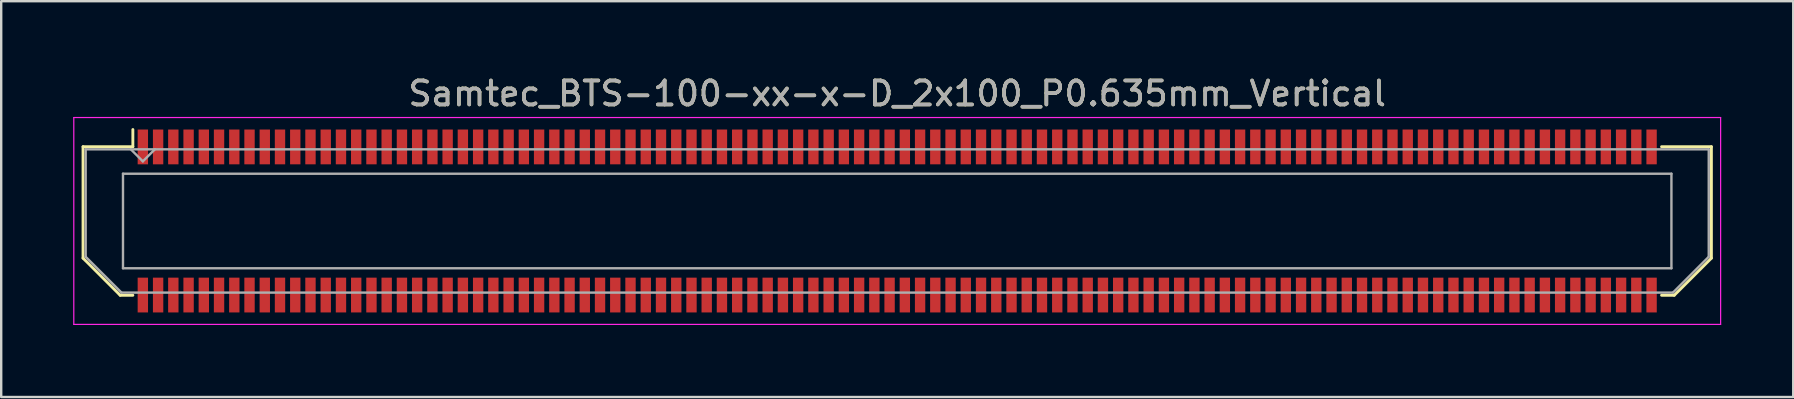
<source format=kicad_pcb>
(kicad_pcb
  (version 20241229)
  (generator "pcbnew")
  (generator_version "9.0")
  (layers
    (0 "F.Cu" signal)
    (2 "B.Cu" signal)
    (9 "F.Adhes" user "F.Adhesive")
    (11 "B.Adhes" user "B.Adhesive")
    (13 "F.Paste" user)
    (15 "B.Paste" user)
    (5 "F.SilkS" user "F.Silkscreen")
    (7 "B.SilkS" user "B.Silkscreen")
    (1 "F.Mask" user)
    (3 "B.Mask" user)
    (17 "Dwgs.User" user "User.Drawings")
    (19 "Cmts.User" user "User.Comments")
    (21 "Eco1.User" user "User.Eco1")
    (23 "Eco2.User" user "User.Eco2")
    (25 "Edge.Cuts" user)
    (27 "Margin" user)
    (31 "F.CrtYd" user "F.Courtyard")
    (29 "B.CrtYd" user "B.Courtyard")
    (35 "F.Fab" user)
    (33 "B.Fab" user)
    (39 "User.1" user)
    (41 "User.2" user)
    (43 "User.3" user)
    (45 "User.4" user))
  (footprint "Samtec_BTS-100-xx-x-D_2x100_P0.635mm_Vertical"
    (layer "F.Cu")
    (at 34.335 6.158)
    (property "Reference" "Samtec_BTS-100-xx-x-D_2x100_P0.635mm_Vertical" (at 0 -5.31 0) (layer "F.SilkS") (effects (font (size 1 1) (thickness 0.15))))
    (attr smd)
    (fp_line (start -33.925 -3.095) (end -33.925 1.548) (stroke (width 0.12) (type solid)) (layer "F.SilkS"))
    (fp_line (start -33.925 1.548) (end -32.377 3.095) (stroke (width 0.12) (type solid)) (layer "F.SilkS"))
    (fp_line (start -32.377 3.095) (end -31.849 3.095) (stroke (width 0.12) (type solid)) (layer "F.SilkS"))
    (fp_line (start -31.849 -3.811) (end -31.849 -3.095) (stroke (width 0.12) (type solid)) (layer "F.SilkS"))
    (fp_line (start -31.849 -3.095) (end -33.925 -3.095) (stroke (width 0.12) (type solid)) (layer "F.SilkS"))
    (fp_line (start 31.849 -3.095) (end 33.925 -3.095) (stroke (width 0.12) (type solid)) (layer "F.SilkS"))
    (fp_line (start 32.377 3.095) (end 31.849 3.095) (stroke (width 0.12) (type solid)) (layer "F.SilkS"))
    (fp_line (start 33.925 -3.095) (end 33.925 1.548) (stroke (width 0.12) (type solid)) (layer "F.SilkS"))
    (fp_line (start 33.925 1.548) (end 32.377 3.095) (stroke (width 0.12) (type solid)) (layer "F.SilkS"))
    (fp_line (start -34.31 -4.31) (end -34.31 4.31) (stroke (width 0.05) (type solid)) (layer "F.CrtYd"))
    (fp_line (start -34.31 4.31) (end 34.31 4.31) (stroke (width 0.05) (type solid)) (layer "F.CrtYd"))
    (fp_line (start 34.31 -4.31) (end -34.31 -4.31) (stroke (width 0.05) (type solid)) (layer "F.CrtYd"))
    (fp_line (start 34.31 4.31) (end 34.31 -4.31) (stroke (width 0.05) (type solid)) (layer "F.CrtYd"))
    (fp_line (start -33.815 -2.985) (end -33.815 1.492) (stroke (width 0.1) (type solid)) (layer "F.Fab"))
    (fp_line (start -33.815 -2.985) (end 33.815 -2.985) (stroke (width 0.1) (type solid)) (layer "F.Fab"))
    (fp_line (start -33.815 1.492) (end -32.322 2.985) (stroke (width 0.1) (type solid)) (layer "F.Fab"))
    (fp_line (start -32.322 2.985) (end 32.322 2.985) (stroke (width 0.1) (type solid)) (layer "F.Fab"))
    (fp_line (start -32.26 -1.97) (end -32.26 1.97) (stroke (width 0.1) (type solid)) (layer "F.Fab"))
    (fp_line (start -32.26 1.97) (end 32.26 1.97) (stroke (width 0.1) (type solid)) (layer "F.Fab"))
    (fp_line (start -31.433 -2.485) (end -31.933 -2.985) (stroke (width 0.1) (type solid)) (layer "F.Fab"))
    (fp_line (start -30.933 -2.985) (end -31.433 -2.485) (stroke (width 0.1) (type solid)) (layer "F.Fab"))
    (fp_line (start 32.26 -1.97) (end -32.26 -1.97) (stroke (width 0.1) (type solid)) (layer "F.Fab"))
    (fp_line (start 32.26 1.97) (end 32.26 -1.97) (stroke (width 0.1) (type solid)) (layer "F.Fab"))
    (fp_line (start 33.815 -2.985) (end 33.815 1.492) (stroke (width 0.1) (type solid)) (layer "F.Fab"))
    (fp_line (start 33.815 1.492) (end 32.322 2.985) (stroke (width 0.1) (type solid)) (layer "F.Fab"))
    (fp_text user "${REFERENCE}" (at 0 -5.31 0) (layer "F.Fab") (effects (font (size 1 1) (thickness 0.15))))
    (pad "1" smd rect (at -31.433 -3.086) (size 0.432 1.45) (layers "F.Cu" "F.Mask" "F.Paste"))
    (pad "2" smd rect (at -31.433 3.086) (size 0.432 1.45) (layers "F.Cu" "F.Mask" "F.Paste"))
    (pad "3" smd rect (at -30.797 -3.086) (size 0.432 1.45) (layers "F.Cu" "F.Mask" "F.Paste"))
    (pad "4" smd rect (at -30.797 3.086) (size 0.432 1.45) (layers "F.Cu" "F.Mask" "F.Paste"))
    (pad "5" smd rect (at -30.163 -3.086) (size 0.432 1.45) (layers "F.Cu" "F.Mask" "F.Paste"))
    (pad "6" smd rect (at -30.163 3.086) (size 0.432 1.45) (layers "F.Cu" "F.Mask" "F.Paste"))
    (pad "7" smd rect (at -29.527 -3.086) (size 0.432 1.45) (layers "F.Cu" "F.Mask" "F.Paste"))
    (pad "8" smd rect (at -29.527 3.086) (size 0.432 1.45) (layers "F.Cu" "F.Mask" "F.Paste"))
    (pad "9" smd rect (at -28.892 -3.086) (size 0.432 1.45) (layers "F.Cu" "F.Mask" "F.Paste"))
    (pad "10" smd rect (at -28.892 3.086) (size 0.432 1.45) (layers "F.Cu" "F.Mask" "F.Paste"))
    (pad "11" smd rect (at -28.258 -3.086) (size 0.432 1.45) (layers "F.Cu" "F.Mask" "F.Paste"))
    (pad "12" smd rect (at -28.258 3.086) (size 0.432 1.45) (layers "F.Cu" "F.Mask" "F.Paste"))
    (pad "13" smd rect (at -27.622 -3.086) (size 0.432 1.45) (layers "F.Cu" "F.Mask" "F.Paste"))
    (pad "14" smd rect (at -27.622 3.086) (size 0.432 1.45) (layers "F.Cu" "F.Mask" "F.Paste"))
    (pad "15" smd rect (at -26.988 -3.086) (size 0.432 1.45) (layers "F.Cu" "F.Mask" "F.Paste"))
    (pad "16" smd rect (at -26.988 3.086) (size 0.432 1.45) (layers "F.Cu" "F.Mask" "F.Paste"))
    (pad "17" smd rect (at -26.352 -3.086) (size 0.432 1.45) (layers "F.Cu" "F.Mask" "F.Paste"))
    (pad "18" smd rect (at -26.352 3.086) (size 0.432 1.45) (layers "F.Cu" "F.Mask" "F.Paste"))
    (pad "19" smd rect (at -25.718 -3.086) (size 0.432 1.45) (layers "F.Cu" "F.Mask" "F.Paste"))
    (pad "20" smd rect (at -25.718 3.086) (size 0.432 1.45) (layers "F.Cu" "F.Mask" "F.Paste"))
    (pad "21" smd rect (at -25.082 -3.086) (size 0.432 1.45) (layers "F.Cu" "F.Mask" "F.Paste"))
    (pad "22" smd rect (at -25.082 3.086) (size 0.432 1.45) (layers "F.Cu" "F.Mask" "F.Paste"))
    (pad "23" smd rect (at -24.448 -3.086) (size 0.432 1.45) (layers "F.Cu" "F.Mask" "F.Paste"))
    (pad "24" smd rect (at -24.448 3.086) (size 0.432 1.45) (layers "F.Cu" "F.Mask" "F.Paste"))
    (pad "25" smd rect (at -23.812 -3.086) (size 0.432 1.45) (layers "F.Cu" "F.Mask" "F.Paste"))
    (pad "26" smd rect (at -23.812 3.086) (size 0.432 1.45) (layers "F.Cu" "F.Mask" "F.Paste"))
    (pad "27" smd rect (at -23.177 -3.086) (size 0.432 1.45) (layers "F.Cu" "F.Mask" "F.Paste"))
    (pad "28" smd rect (at -23.177 3.086) (size 0.432 1.45) (layers "F.Cu" "F.Mask" "F.Paste"))
    (pad "29" smd rect (at -22.543 -3.086) (size 0.432 1.45) (layers "F.Cu" "F.Mask" "F.Paste"))
    (pad "30" smd rect (at -22.543 3.086) (size 0.432 1.45) (layers "F.Cu" "F.Mask" "F.Paste"))
    (pad "31" smd rect (at -21.907 -3.086) (size 0.432 1.45) (layers "F.Cu" "F.Mask" "F.Paste"))
    (pad "32" smd rect (at -21.907 3.086) (size 0.432 1.45) (layers "F.Cu" "F.Mask" "F.Paste"))
    (pad "33" smd rect (at -21.273 -3.086) (size 0.432 1.45) (layers "F.Cu" "F.Mask" "F.Paste"))
    (pad "34" smd rect (at -21.273 3.086) (size 0.432 1.45) (layers "F.Cu" "F.Mask" "F.Paste"))
    (pad "35" smd rect (at -20.637 -3.086) (size 0.432 1.45) (layers "F.Cu" "F.Mask" "F.Paste"))
    (pad "36" smd rect (at -20.637 3.086) (size 0.432 1.45) (layers "F.Cu" "F.Mask" "F.Paste"))
    (pad "37" smd rect (at -20.003 -3.086) (size 0.432 1.45) (layers "F.Cu" "F.Mask" "F.Paste"))
    (pad "38" smd rect (at -20.003 3.086) (size 0.432 1.45) (layers "F.Cu" "F.Mask" "F.Paste"))
    (pad "39" smd rect (at -19.367 -3.086) (size 0.432 1.45) (layers "F.Cu" "F.Mask" "F.Paste"))
    (pad "40" smd rect (at -19.367 3.086) (size 0.432 1.45) (layers "F.Cu" "F.Mask" "F.Paste"))
    (pad "41" smd rect (at -18.733 -3.086) (size 0.432 1.45) (layers "F.Cu" "F.Mask" "F.Paste"))
    (pad "42" smd rect (at -18.733 3.086) (size 0.432 1.45) (layers "F.Cu" "F.Mask" "F.Paste"))
    (pad "43" smd rect (at -18.098 -3.086) (size 0.432 1.45) (layers "F.Cu" "F.Mask" "F.Paste"))
    (pad "44" smd rect (at -18.098 3.086) (size 0.432 1.45) (layers "F.Cu" "F.Mask" "F.Paste"))
    (pad "45" smd rect (at -17.462 -3.086) (size 0.432 1.45) (layers "F.Cu" "F.Mask" "F.Paste"))
    (pad "46" smd rect (at -17.462 3.086) (size 0.432 1.45) (layers "F.Cu" "F.Mask" "F.Paste"))
    (pad "47" smd rect (at -16.828 -3.086) (size 0.432 1.45) (layers "F.Cu" "F.Mask" "F.Paste"))
    (pad "48" smd rect (at -16.828 3.086) (size 0.432 1.45) (layers "F.Cu" "F.Mask" "F.Paste"))
    (pad "49" smd rect (at -16.192 -3.086) (size 0.432 1.45) (layers "F.Cu" "F.Mask" "F.Paste"))
    (pad "50" smd rect (at -16.192 3.086) (size 0.432 1.45) (layers "F.Cu" "F.Mask" "F.Paste"))
    (pad "51" smd rect (at -15.557 -3.086) (size 0.432 1.45) (layers "F.Cu" "F.Mask" "F.Paste"))
    (pad "52" smd rect (at -15.557 3.086) (size 0.432 1.45) (layers "F.Cu" "F.Mask" "F.Paste"))
    (pad "53" smd rect (at -14.922 -3.086) (size 0.432 1.45) (layers "F.Cu" "F.Mask" "F.Paste"))
    (pad "54" smd rect (at -14.922 3.086) (size 0.432 1.45) (layers "F.Cu" "F.Mask" "F.Paste"))
    (pad "55" smd rect (at -14.287 -3.086) (size 0.432 1.45) (layers "F.Cu" "F.Mask" "F.Paste"))
    (pad "56" smd rect (at -14.287 3.086) (size 0.432 1.45) (layers "F.Cu" "F.Mask" "F.Paste"))
    (pad "57" smd rect (at -13.652 -3.086) (size 0.432 1.45) (layers "F.Cu" "F.Mask" "F.Paste"))
    (pad "58" smd rect (at -13.652 3.086) (size 0.432 1.45) (layers "F.Cu" "F.Mask" "F.Paste"))
    (pad "59" smd rect (at -13.018 -3.086) (size 0.432 1.45) (layers "F.Cu" "F.Mask" "F.Paste"))
    (pad "60" smd rect (at -13.018 3.086) (size 0.432 1.45) (layers "F.Cu" "F.Mask" "F.Paste"))
    (pad "61" smd rect (at -12.383 -3.086) (size 0.432 1.45) (layers "F.Cu" "F.Mask" "F.Paste"))
    (pad "62" smd rect (at -12.383 3.086) (size 0.432 1.45) (layers "F.Cu" "F.Mask" "F.Paste"))
    (pad "63" smd rect (at -11.748 -3.086) (size 0.432 1.45) (layers "F.Cu" "F.Mask" "F.Paste"))
    (pad "64" smd rect (at -11.748 3.086) (size 0.432 1.45) (layers "F.Cu" "F.Mask" "F.Paste"))
    (pad "65" smd rect (at -11.113 -3.086) (size 0.432 1.45) (layers "F.Cu" "F.Mask" "F.Paste"))
    (pad "66" smd rect (at -11.113 3.086) (size 0.432 1.45) (layers "F.Cu" "F.Mask" "F.Paste"))
    (pad "67" smd rect (at -10.477 -3.086) (size 0.432 1.45) (layers "F.Cu" "F.Mask" "F.Paste"))
    (pad "68" smd rect (at -10.477 3.086) (size 0.432 1.45) (layers "F.Cu" "F.Mask" "F.Paste"))
    (pad "69" smd rect (at -9.842 -3.086) (size 0.432 1.45) (layers "F.Cu" "F.Mask" "F.Paste"))
    (pad "70" smd rect (at -9.842 3.086) (size 0.432 1.45) (layers "F.Cu" "F.Mask" "F.Paste"))
    (pad "71" smd rect (at -9.207 -3.086) (size 0.432 1.45) (layers "F.Cu" "F.Mask" "F.Paste"))
    (pad "72" smd rect (at -9.207 3.086) (size 0.432 1.45) (layers "F.Cu" "F.Mask" "F.Paste"))
    (pad "73" smd rect (at -8.572 -3.086) (size 0.432 1.45) (layers "F.Cu" "F.Mask" "F.Paste"))
    (pad "74" smd rect (at -8.572 3.086) (size 0.432 1.45) (layers "F.Cu" "F.Mask" "F.Paste"))
    (pad "75" smd rect (at -7.938 -3.086) (size 0.432 1.45) (layers "F.Cu" "F.Mask" "F.Paste"))
    (pad "76" smd rect (at -7.938 3.086) (size 0.432 1.45) (layers "F.Cu" "F.Mask" "F.Paste"))
    (pad "77" smd rect (at -7.303 -3.086) (size 0.432 1.45) (layers "F.Cu" "F.Mask" "F.Paste"))
    (pad "78" smd rect (at -7.303 3.086) (size 0.432 1.45) (layers "F.Cu" "F.Mask" "F.Paste"))
    (pad "79" smd rect (at -6.668 -3.086) (size 0.432 1.45) (layers "F.Cu" "F.Mask" "F.Paste"))
    (pad "80" smd rect (at -6.668 3.086) (size 0.432 1.45) (layers "F.Cu" "F.Mask" "F.Paste"))
    (pad "81" smd rect (at -6.032 -3.086) (size 0.432 1.45) (layers "F.Cu" "F.Mask" "F.Paste"))
    (pad "82" smd rect (at -6.032 3.086) (size 0.432 1.45) (layers "F.Cu" "F.Mask" "F.Paste"))
    (pad "83" smd rect (at -5.397 -3.086) (size 0.432 1.45) (layers "F.Cu" "F.Mask" "F.Paste"))
    (pad "84" smd rect (at -5.397 3.086) (size 0.432 1.45) (layers "F.Cu" "F.Mask" "F.Paste"))
    (pad "85" smd rect (at -4.763 -3.086) (size 0.432 1.45) (layers "F.Cu" "F.Mask" "F.Paste"))
    (pad "86" smd rect (at -4.763 3.086) (size 0.432 1.45) (layers "F.Cu" "F.Mask" "F.Paste"))
    (pad "87" smd rect (at -4.128 -3.086) (size 0.432 1.45) (layers "F.Cu" "F.Mask" "F.Paste"))
    (pad "88" smd rect (at -4.128 3.086) (size 0.432 1.45) (layers "F.Cu" "F.Mask" "F.Paste"))
    (pad "89" smd rect (at -3.493 -3.086) (size 0.432 1.45) (layers "F.Cu" "F.Mask" "F.Paste"))
    (pad "90" smd rect (at -3.493 3.086) (size 0.432 1.45) (layers "F.Cu" "F.Mask" "F.Paste"))
    (pad "91" smd rect (at -2.857 -3.086) (size 0.432 1.45) (layers "F.Cu" "F.Mask" "F.Paste"))
    (pad "92" smd rect (at -2.857 3.086) (size 0.432 1.45) (layers "F.Cu" "F.Mask" "F.Paste"))
    (pad "93" smd rect (at -2.223 -3.086) (size 0.432 1.45) (layers "F.Cu" "F.Mask" "F.Paste"))
    (pad "94" smd rect (at -2.223 3.086) (size 0.432 1.45) (layers "F.Cu" "F.Mask" "F.Paste"))
    (pad "95" smd rect (at -1.587 -3.086) (size 0.432 1.45) (layers "F.Cu" "F.Mask" "F.Paste"))
    (pad "96" smd rect (at -1.587 3.086) (size 0.432 1.45) (layers "F.Cu" "F.Mask" "F.Paste"))
    (pad "97" smd rect (at -0.953 -3.086) (size 0.432 1.45) (layers "F.Cu" "F.Mask" "F.Paste"))
    (pad "98" smd rect (at -0.953 3.086) (size 0.432 1.45) (layers "F.Cu" "F.Mask" "F.Paste"))
    (pad "99" smd rect (at -0.318 -3.086) (size 0.432 1.45) (layers "F.Cu" "F.Mask" "F.Paste"))
    (pad "100" smd rect (at -0.318 3.086) (size 0.432 1.45) (layers "F.Cu" "F.Mask" "F.Paste"))
    (pad "101" smd rect (at 0.318 -3.086) (size 0.432 1.45) (layers "F.Cu" "F.Mask" "F.Paste"))
    (pad "102" smd rect (at 0.318 3.086) (size 0.432 1.45) (layers "F.Cu" "F.Mask" "F.Paste"))
    (pad "103" smd rect (at 0.953 -3.086) (size 0.432 1.45) (layers "F.Cu" "F.Mask" "F.Paste"))
    (pad "104" smd rect (at 0.953 3.086) (size 0.432 1.45) (layers "F.Cu" "F.Mask" "F.Paste"))
    (pad "105" smd rect (at 1.587 -3.086) (size 0.432 1.45) (layers "F.Cu" "F.Mask" "F.Paste"))
    (pad "106" smd rect (at 1.587 3.086) (size 0.432 1.45) (layers "F.Cu" "F.Mask" "F.Paste"))
    (pad "107" smd rect (at 2.223 -3.086) (size 0.432 1.45) (layers "F.Cu" "F.Mask" "F.Paste"))
    (pad "108" smd rect (at 2.223 3.086) (size 0.432 1.45) (layers "F.Cu" "F.Mask" "F.Paste"))
    (pad "109" smd rect (at 2.857 -3.086) (size 0.432 1.45) (layers "F.Cu" "F.Mask" "F.Paste"))
    (pad "110" smd rect (at 2.857 3.086) (size 0.432 1.45) (layers "F.Cu" "F.Mask" "F.Paste"))
    (pad "111" smd rect (at 3.493 -3.086) (size 0.432 1.45) (layers "F.Cu" "F.Mask" "F.Paste"))
    (pad "112" smd rect (at 3.493 3.086) (size 0.432 1.45) (layers "F.Cu" "F.Mask" "F.Paste"))
    (pad "113" smd rect (at 4.128 -3.086) (size 0.432 1.45) (layers "F.Cu" "F.Mask" "F.Paste"))
    (pad "114" smd rect (at 4.128 3.086) (size 0.432 1.45) (layers "F.Cu" "F.Mask" "F.Paste"))
    (pad "115" smd rect (at 4.763 -3.086) (size 0.432 1.45) (layers "F.Cu" "F.Mask" "F.Paste"))
    (pad "116" smd rect (at 4.763 3.086) (size 0.432 1.45) (layers "F.Cu" "F.Mask" "F.Paste"))
    (pad "117" smd rect (at 5.397 -3.086) (size 0.432 1.45) (layers "F.Cu" "F.Mask" "F.Paste"))
    (pad "118" smd rect (at 5.397 3.086) (size 0.432 1.45) (layers "F.Cu" "F.Mask" "F.Paste"))
    (pad "119" smd rect (at 6.032 -3.086) (size 0.432 1.45) (layers "F.Cu" "F.Mask" "F.Paste"))
    (pad "120" smd rect (at 6.032 3.086) (size 0.432 1.45) (layers "F.Cu" "F.Mask" "F.Paste"))
    (pad "121" smd rect (at 6.668 -3.086) (size 0.432 1.45) (layers "F.Cu" "F.Mask" "F.Paste"))
    (pad "122" smd rect (at 6.668 3.086) (size 0.432 1.45) (layers "F.Cu" "F.Mask" "F.Paste"))
    (pad "123" smd rect (at 7.303 -3.086) (size 0.432 1.45) (layers "F.Cu" "F.Mask" "F.Paste"))
    (pad "124" smd rect (at 7.303 3.086) (size 0.432 1.45) (layers "F.Cu" "F.Mask" "F.Paste"))
    (pad "125" smd rect (at 7.938 -3.086) (size 0.432 1.45) (layers "F.Cu" "F.Mask" "F.Paste"))
    (pad "126" smd rect (at 7.938 3.086) (size 0.432 1.45) (layers "F.Cu" "F.Mask" "F.Paste"))
    (pad "127" smd rect (at 8.572 -3.086) (size 0.432 1.45) (layers "F.Cu" "F.Mask" "F.Paste"))
    (pad "128" smd rect (at 8.572 3.086) (size 0.432 1.45) (layers "F.Cu" "F.Mask" "F.Paste"))
    (pad "129" smd rect (at 9.207 -3.086) (size 0.432 1.45) (layers "F.Cu" "F.Mask" "F.Paste"))
    (pad "130" smd rect (at 9.207 3.086) (size 0.432 1.45) (layers "F.Cu" "F.Mask" "F.Paste"))
    (pad "131" smd rect (at 9.842 -3.086) (size 0.432 1.45) (layers "F.Cu" "F.Mask" "F.Paste"))
    (pad "132" smd rect (at 9.842 3.086) (size 0.432 1.45) (layers "F.Cu" "F.Mask" "F.Paste"))
    (pad "133" smd rect (at 10.477 -3.086) (size 0.432 1.45) (layers "F.Cu" "F.Mask" "F.Paste"))
    (pad "134" smd rect (at 10.477 3.086) (size 0.432 1.45) (layers "F.Cu" "F.Mask" "F.Paste"))
    (pad "135" smd rect (at 11.113 -3.086) (size 0.432 1.45) (layers "F.Cu" "F.Mask" "F.Paste"))
    (pad "136" smd rect (at 11.113 3.086) (size 0.432 1.45) (layers "F.Cu" "F.Mask" "F.Paste"))
    (pad "137" smd rect (at 11.748 -3.086) (size 0.432 1.45) (layers "F.Cu" "F.Mask" "F.Paste"))
    (pad "138" smd rect (at 11.748 3.086) (size 0.432 1.45) (layers "F.Cu" "F.Mask" "F.Paste"))
    (pad "139" smd rect (at 12.383 -3.086) (size 0.432 1.45) (layers "F.Cu" "F.Mask" "F.Paste"))
    (pad "140" smd rect (at 12.383 3.086) (size 0.432 1.45) (layers "F.Cu" "F.Mask" "F.Paste"))
    (pad "141" smd rect (at 13.018 -3.086) (size 0.432 1.45) (layers "F.Cu" "F.Mask" "F.Paste"))
    (pad "142" smd rect (at 13.018 3.086) (size 0.432 1.45) (layers "F.Cu" "F.Mask" "F.Paste"))
    (pad "143" smd rect (at 13.652 -3.086) (size 0.432 1.45) (layers "F.Cu" "F.Mask" "F.Paste"))
    (pad "144" smd rect (at 13.652 3.086) (size 0.432 1.45) (layers "F.Cu" "F.Mask" "F.Paste"))
    (pad "145" smd rect (at 14.287 -3.086) (size 0.432 1.45) (layers "F.Cu" "F.Mask" "F.Paste"))
    (pad "146" smd rect (at 14.287 3.086) (size 0.432 1.45) (layers "F.Cu" "F.Mask" "F.Paste"))
    (pad "147" smd rect (at 14.922 -3.086) (size 0.432 1.45) (layers "F.Cu" "F.Mask" "F.Paste"))
    (pad "148" smd rect (at 14.922 3.086) (size 0.432 1.45) (layers "F.Cu" "F.Mask" "F.Paste"))
    (pad "149" smd rect (at 15.557 -3.086) (size 0.432 1.45) (layers "F.Cu" "F.Mask" "F.Paste"))
    (pad "150" smd rect (at 15.557 3.086) (size 0.432 1.45) (layers "F.Cu" "F.Mask" "F.Paste"))
    (pad "151" smd rect (at 16.192 -3.086) (size 0.432 1.45) (layers "F.Cu" "F.Mask" "F.Paste"))
    (pad "152" smd rect (at 16.192 3.086) (size 0.432 1.45) (layers "F.Cu" "F.Mask" "F.Paste"))
    (pad "153" smd rect (at 16.828 -3.086) (size 0.432 1.45) (layers "F.Cu" "F.Mask" "F.Paste"))
    (pad "154" smd rect (at 16.828 3.086) (size 0.432 1.45) (layers "F.Cu" "F.Mask" "F.Paste"))
    (pad "155" smd rect (at 17.462 -3.086) (size 0.432 1.45) (layers "F.Cu" "F.Mask" "F.Paste"))
    (pad "156" smd rect (at 17.462 3.086) (size 0.432 1.45) (layers "F.Cu" "F.Mask" "F.Paste"))
    (pad "157" smd rect (at 18.098 -3.086) (size 0.432 1.45) (layers "F.Cu" "F.Mask" "F.Paste"))
    (pad "158" smd rect (at 18.098 3.086) (size 0.432 1.45) (layers "F.Cu" "F.Mask" "F.Paste"))
    (pad "159" smd rect (at 18.733 -3.086) (size 0.432 1.45) (layers "F.Cu" "F.Mask" "F.Paste"))
    (pad "160" smd rect (at 18.733 3.086) (size 0.432 1.45) (layers "F.Cu" "F.Mask" "F.Paste"))
    (pad "161" smd rect (at 19.367 -3.086) (size 0.432 1.45) (layers "F.Cu" "F.Mask" "F.Paste"))
    (pad "162" smd rect (at 19.367 3.086) (size 0.432 1.45) (layers "F.Cu" "F.Mask" "F.Paste"))
    (pad "163" smd rect (at 20.003 -3.086) (size 0.432 1.45) (layers "F.Cu" "F.Mask" "F.Paste"))
    (pad "164" smd rect (at 20.003 3.086) (size 0.432 1.45) (layers "F.Cu" "F.Mask" "F.Paste"))
    (pad "165" smd rect (at 20.637 -3.086) (size 0.432 1.45) (layers "F.Cu" "F.Mask" "F.Paste"))
    (pad "166" smd rect (at 20.637 3.086) (size 0.432 1.45) (layers "F.Cu" "F.Mask" "F.Paste"))
    (pad "167" smd rect (at 21.273 -3.086) (size 0.432 1.45) (layers "F.Cu" "F.Mask" "F.Paste"))
    (pad "168" smd rect (at 21.273 3.086) (size 0.432 1.45) (layers "F.Cu" "F.Mask" "F.Paste"))
    (pad "169" smd rect (at 21.907 -3.086) (size 0.432 1.45) (layers "F.Cu" "F.Mask" "F.Paste"))
    (pad "170" smd rect (at 21.907 3.086) (size 0.432 1.45) (layers "F.Cu" "F.Mask" "F.Paste"))
    (pad "171" smd rect (at 22.543 -3.086) (size 0.432 1.45) (layers "F.Cu" "F.Mask" "F.Paste"))
    (pad "172" smd rect (at 22.543 3.086) (size 0.432 1.45) (layers "F.Cu" "F.Mask" "F.Paste"))
    (pad "173" smd rect (at 23.177 -3.086) (size 0.432 1.45) (layers "F.Cu" "F.Mask" "F.Paste"))
    (pad "174" smd rect (at 23.177 3.086) (size 0.432 1.45) (layers "F.Cu" "F.Mask" "F.Paste"))
    (pad "175" smd rect (at 23.812 -3.086) (size 0.432 1.45) (layers "F.Cu" "F.Mask" "F.Paste"))
    (pad "176" smd rect (at 23.812 3.086) (size 0.432 1.45) (layers "F.Cu" "F.Mask" "F.Paste"))
    (pad "177" smd rect (at 24.448 -3.086) (size 0.432 1.45) (layers "F.Cu" "F.Mask" "F.Paste"))
    (pad "178" smd rect (at 24.448 3.086) (size 0.432 1.45) (layers "F.Cu" "F.Mask" "F.Paste"))
    (pad "179" smd rect (at 25.082 -3.086) (size 0.432 1.45) (layers "F.Cu" "F.Mask" "F.Paste"))
    (pad "180" smd rect (at 25.082 3.086) (size 0.432 1.45) (layers "F.Cu" "F.Mask" "F.Paste"))
    (pad "181" smd rect (at 25.718 -3.086) (size 0.432 1.45) (layers "F.Cu" "F.Mask" "F.Paste"))
    (pad "182" smd rect (at 25.718 3.086) (size 0.432 1.45) (layers "F.Cu" "F.Mask" "F.Paste"))
    (pad "183" smd rect (at 26.352 -3.086) (size 0.432 1.45) (layers "F.Cu" "F.Mask" "F.Paste"))
    (pad "184" smd rect (at 26.352 3.086) (size 0.432 1.45) (layers "F.Cu" "F.Mask" "F.Paste"))
    (pad "185" smd rect (at 26.988 -3.086) (size 0.432 1.45) (layers "F.Cu" "F.Mask" "F.Paste"))
    (pad "186" smd rect (at 26.988 3.086) (size 0.432 1.45) (layers "F.Cu" "F.Mask" "F.Paste"))
    (pad "187" smd rect (at 27.622 -3.086) (size 0.432 1.45) (layers "F.Cu" "F.Mask" "F.Paste"))
    (pad "188" smd rect (at 27.622 3.086) (size 0.432 1.45) (layers "F.Cu" "F.Mask" "F.Paste"))
    (pad "189" smd rect (at 28.258 -3.086) (size 0.432 1.45) (layers "F.Cu" "F.Mask" "F.Paste"))
    (pad "190" smd rect (at 28.258 3.086) (size 0.432 1.45) (layers "F.Cu" "F.Mask" "F.Paste"))
    (pad "191" smd rect (at 28.892 -3.086) (size 0.432 1.45) (layers "F.Cu" "F.Mask" "F.Paste"))
    (pad "192" smd rect (at 28.892 3.086) (size 0.432 1.45) (layers "F.Cu" "F.Mask" "F.Paste"))
    (pad "193" smd rect (at 29.527 -3.086) (size 0.432 1.45) (layers "F.Cu" "F.Mask" "F.Paste"))
    (pad "194" smd rect (at 29.527 3.086) (size 0.432 1.45) (layers "F.Cu" "F.Mask" "F.Paste"))
    (pad "195" smd rect (at 30.163 -3.086) (size 0.432 1.45) (layers "F.Cu" "F.Mask" "F.Paste"))
    (pad "196" smd rect (at 30.163 3.086) (size 0.432 1.45) (layers "F.Cu" "F.Mask" "F.Paste"))
    (pad "197" smd rect (at 30.797 -3.086) (size 0.432 1.45) (layers "F.Cu" "F.Mask" "F.Paste"))
    (pad "198" smd rect (at 30.797 3.086) (size 0.432 1.45) (layers "F.Cu" "F.Mask" "F.Paste"))
    (pad "199" smd rect (at 31.433 -3.086) (size 0.432 1.45) (layers "F.Cu" "F.Mask" "F.Paste"))
    (pad "200" smd rect (at 31.433 3.086) (size 0.432 1.45) (layers "F.Cu" "F.Mask" "F.Paste")))
  (gr_rect
    (start -3 -3)
    (end 71.67 13.493)
    (stroke (width 0.1) (type default))
    (fill no)
    (layer "Edge.Cuts")))
</source>
